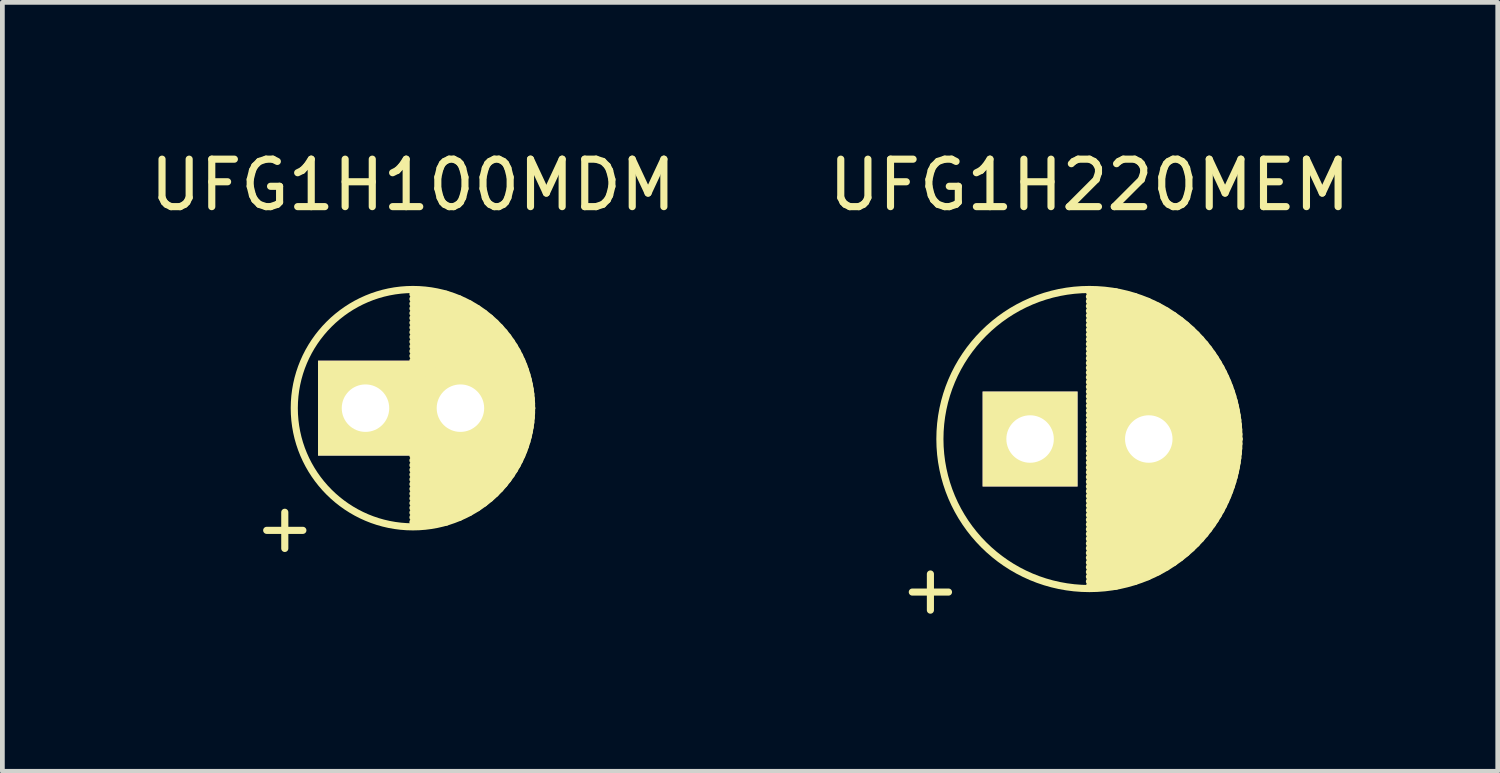
<source format=kicad_pcb>
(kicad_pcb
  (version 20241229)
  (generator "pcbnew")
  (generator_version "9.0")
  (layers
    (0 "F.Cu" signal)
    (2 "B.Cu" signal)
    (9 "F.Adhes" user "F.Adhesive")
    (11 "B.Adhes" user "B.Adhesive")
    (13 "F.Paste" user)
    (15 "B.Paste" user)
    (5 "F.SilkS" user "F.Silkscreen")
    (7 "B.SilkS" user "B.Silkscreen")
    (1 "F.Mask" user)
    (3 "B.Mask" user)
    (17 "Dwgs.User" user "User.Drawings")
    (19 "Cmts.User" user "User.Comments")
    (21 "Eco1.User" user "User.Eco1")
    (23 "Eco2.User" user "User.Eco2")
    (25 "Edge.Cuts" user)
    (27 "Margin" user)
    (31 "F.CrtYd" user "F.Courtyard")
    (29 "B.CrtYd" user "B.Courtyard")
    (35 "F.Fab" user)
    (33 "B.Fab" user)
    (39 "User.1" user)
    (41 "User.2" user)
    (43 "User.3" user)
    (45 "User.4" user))
  (footprint "UFG1H100MDM"
    (layer "F.Cu")
    (at 4.649 5.548)
    (property "Reference" "UFG1H100MDM" (at 1 -4.7 0) (layer "F.SilkS") (effects (font (size 1 1) (thickness 0.15))))
    (attr through_hole)
    (fp_line (start 1 -2.4) (end 1.7 -2.4) (stroke (width 0.15) (type solid)) (layer "F.SilkS"))
    (fp_line (start 1 -2.3) (end 1.98 -2.3) (stroke (width 0.15) (type solid)) (layer "F.SilkS"))
    (fp_line (start 1 -2.2) (end 2.187 -2.2) (stroke (width 0.15) (type solid)) (layer "F.SilkS"))
    (fp_line (start 1 -2.1) (end 2.356 -2.1) (stroke (width 0.15) (type solid)) (layer "F.SilkS"))
    (fp_line (start 1 -2) (end 2.5 -2) (stroke (width 0.15) (type solid)) (layer "F.SilkS"))
    (fp_line (start 1 -1.9) (end 2.625 -1.9) (stroke (width 0.15) (type solid)) (layer "F.SilkS"))
    (fp_line (start 1 -1.8) (end 2.735 -1.8) (stroke (width 0.15) (type solid)) (layer "F.SilkS"))
    (fp_line (start 1 -1.7) (end 2.833 -1.7) (stroke (width 0.15) (type solid)) (layer "F.SilkS"))
    (fp_line (start 1 -1.6) (end 2.921 -1.6) (stroke (width 0.15) (type solid)) (layer "F.SilkS"))
    (fp_line (start 1 -1.5) (end 3 -1.5) (stroke (width 0.15) (type solid)) (layer "F.SilkS"))
    (fp_line (start 1 -1.4) (end 3.071 -1.4) (stroke (width 0.15) (type solid)) (layer "F.SilkS"))
    (fp_line (start 1 -1.3) (end 3.135 -1.3) (stroke (width 0.15) (type solid)) (layer "F.SilkS"))
    (fp_line (start 1 -1.2) (end 3.193 -1.2) (stroke (width 0.15) (type solid)) (layer "F.SilkS"))
    (fp_line (start 1 -1.1) (end 3.245 -1.1) (stroke (width 0.15) (type solid)) (layer "F.SilkS"))
    (fp_line (start 1 -1) (end 3.291 -1) (stroke (width 0.15) (type solid)) (layer "F.SilkS"))
    (fp_line (start 1 -0.9) (end 3.332 -0.9) (stroke (width 0.15) (type solid)) (layer "F.SilkS"))
    (fp_line (start 1 -0.8) (end 3.369 -0.8) (stroke (width 0.15) (type solid)) (layer "F.SilkS"))
    (fp_line (start 1 -0.7) (end 3.4 -0.7) (stroke (width 0.15) (type solid)) (layer "F.SilkS"))
    (fp_line (start 1 -0.6) (end 3.427 -0.6) (stroke (width 0.15) (type solid)) (layer "F.SilkS"))
    (fp_line (start 1 -0.5) (end 3.449 -0.5) (stroke (width 0.15) (type solid)) (layer "F.SilkS"))
    (fp_line (start 1 -0.4) (end 3.468 -0.4) (stroke (width 0.15) (type solid)) (layer "F.SilkS"))
    (fp_line (start 1 -0.3) (end 3.482 -0.3) (stroke (width 0.15) (type solid)) (layer "F.SilkS"))
    (fp_line (start 1 -0.2) (end 3.492 -0.2) (stroke (width 0.15) (type solid)) (layer "F.SilkS"))
    (fp_line (start 1 -0.1) (end 3.498 -0.1) (stroke (width 0.15) (type solid)) (layer "F.SilkS"))
    (fp_line (start 1 0) (end 3.5 0) (stroke (width 0.15) (type solid)) (layer "F.SilkS"))
    (fp_line (start 1 0) (end 3.5 0) (stroke (width 0.15) (type solid)) (layer "F.SilkS"))
    (fp_line (start 1 0.1) (end 3.498 0.1) (stroke (width 0.15) (type solid)) (layer "F.SilkS"))
    (fp_line (start 1 0.2) (end 3.492 0.2) (stroke (width 0.15) (type solid)) (layer "F.SilkS"))
    (fp_line (start 1 0.3) (end 3.482 0.3) (stroke (width 0.15) (type solid)) (layer "F.SilkS"))
    (fp_line (start 1 0.4) (end 3.468 0.4) (stroke (width 0.15) (type solid)) (layer "F.SilkS"))
    (fp_line (start 1 0.5) (end 3.449 0.5) (stroke (width 0.15) (type solid)) (layer "F.SilkS"))
    (fp_line (start 1 0.6) (end 3.427 0.6) (stroke (width 0.15) (type solid)) (layer "F.SilkS"))
    (fp_line (start 1 0.7) (end 3.4 0.7) (stroke (width 0.15) (type solid)) (layer "F.SilkS"))
    (fp_line (start 1 0.8) (end 3.369 0.8) (stroke (width 0.15) (type solid)) (layer "F.SilkS"))
    (fp_line (start 1 0.9) (end 3.332 0.9) (stroke (width 0.15) (type solid)) (layer "F.SilkS"))
    (fp_line (start 1 1) (end 3.291 1) (stroke (width 0.15) (type solid)) (layer "F.SilkS"))
    (fp_line (start 1 1.1) (end 3.245 1.1) (stroke (width 0.15) (type solid)) (layer "F.SilkS"))
    (fp_line (start 1 1.2) (end 3.193 1.2) (stroke (width 0.15) (type solid)) (layer "F.SilkS"))
    (fp_line (start 1 1.3) (end 3.135 1.3) (stroke (width 0.15) (type solid)) (layer "F.SilkS"))
    (fp_line (start 1 1.4) (end 3.071 1.4) (stroke (width 0.15) (type solid)) (layer "F.SilkS"))
    (fp_line (start 1 1.5) (end 3 1.5) (stroke (width 0.15) (type solid)) (layer "F.SilkS"))
    (fp_line (start 1 1.6) (end 2.921 1.6) (stroke (width 0.15) (type solid)) (layer "F.SilkS"))
    (fp_line (start 1 1.7) (end 2.833 1.7) (stroke (width 0.15) (type solid)) (layer "F.SilkS"))
    (fp_line (start 1 1.8) (end 2.735 1.8) (stroke (width 0.15) (type solid)) (layer "F.SilkS"))
    (fp_line (start 1 1.9) (end 2.625 1.9) (stroke (width 0.15) (type solid)) (layer "F.SilkS"))
    (fp_line (start 1 2) (end 2.5 2) (stroke (width 0.15) (type solid)) (layer "F.SilkS"))
    (fp_line (start 1 2.1) (end 2.356 2.1) (stroke (width 0.15) (type solid)) (layer "F.SilkS"))
    (fp_line (start 1 2.2) (end 2.187 2.2) (stroke (width 0.15) (type solid)) (layer "F.SilkS"))
    (fp_line (start 1 2.3) (end 1.98 2.3) (stroke (width 0.15) (type solid)) (layer "F.SilkS"))
    (fp_line (start 1 2.4) (end 1.7 2.4) (stroke (width 0.15) (type solid)) (layer "F.SilkS"))
    (fp_circle (center 1 0) (end 1 -2.5) (stroke (width 0.15) (type solid)) (fill no) (layer "F.SilkS"))
    (fp_text user "+" (at -1.7 2.5 0) (layer "F.SilkS") (effects (font (size 1 1) (thickness 0.15))))
    (pad "1" thru_hole rect (at 0 0) (size 2 2) (drill 1) (layers "*.Cu" "*.Mask" "F.SilkS"))
    (pad "2" thru_hole circle (at 2 0) (size 2 2) (drill 1) (layers "*.Cu" "*.Mask" "F.SilkS")))
  (footprint "UFG1H220MEM"
    (layer "F.Cu")
    (at 18.649 6.198)
    (property "Reference" "UFG1H220MEM" (at 1.25 -5.35 0) (layer "F.SilkS") (effects (font (size 1 1) (thickness 0.15))))
    (attr through_hole)
    (fp_line (start 1.25 -3.1) (end 1.809 -3.1) (stroke (width 0.15) (type solid)) (layer "F.SilkS"))
    (fp_line (start 1.25 -3) (end 2.21 -3) (stroke (width 0.15) (type solid)) (layer "F.SilkS"))
    (fp_line (start 1.25 -2.9) (end 2.48 -2.9) (stroke (width 0.15) (type solid)) (layer "F.SilkS"))
    (fp_line (start 1.25 -2.8) (end 2.693 -2.8) (stroke (width 0.15) (type solid)) (layer "F.SilkS"))
    (fp_line (start 1.25 -2.7) (end 2.872 -2.7) (stroke (width 0.15) (type solid)) (layer "F.SilkS"))
    (fp_line (start 1.25 -2.6) (end 3.028 -2.6) (stroke (width 0.15) (type solid)) (layer "F.SilkS"))
    (fp_line (start 1.25 -2.5) (end 3.166 -2.5) (stroke (width 0.15) (type solid)) (layer "F.SilkS"))
    (fp_line (start 1.25 -2.4) (end 3.29 -2.4) (stroke (width 0.15) (type solid)) (layer "F.SilkS"))
    (fp_line (start 1.25 -2.3) (end 3.402 -2.3) (stroke (width 0.15) (type solid)) (layer "F.SilkS"))
    (fp_line (start 1.25 -2.2) (end 3.504 -2.2) (stroke (width 0.15) (type solid)) (layer "F.SilkS"))
    (fp_line (start 1.25 -2.1) (end 3.598 -2.1) (stroke (width 0.15) (type solid)) (layer "F.SilkS"))
    (fp_line (start 1.25 -2) (end 3.684 -2) (stroke (width 0.15) (type solid)) (layer "F.SilkS"))
    (fp_line (start 1.25 -1.9) (end 3.762 -1.9) (stroke (width 0.15) (type solid)) (layer "F.SilkS"))
    (fp_line (start 1.25 -1.8) (end 3.835 -1.8) (stroke (width 0.15) (type solid)) (layer "F.SilkS"))
    (fp_line (start 1.25 -1.7) (end 3.902 -1.7) (stroke (width 0.15) (type solid)) (layer "F.SilkS"))
    (fp_line (start 1.25 -1.6) (end 3.963 -1.6) (stroke (width 0.15) (type solid)) (layer "F.SilkS"))
    (fp_line (start 1.25 -1.5) (end 4.02 -1.5) (stroke (width 0.15) (type solid)) (layer "F.SilkS"))
    (fp_line (start 1.25 -1.4) (end 4.072 -1.4) (stroke (width 0.15) (type solid)) (layer "F.SilkS"))
    (fp_line (start 1.25 -1.3) (end 4.119 -1.3) (stroke (width 0.15) (type solid)) (layer "F.SilkS"))
    (fp_line (start 1.25 -1.2) (end 4.162 -1.2) (stroke (width 0.15) (type solid)) (layer "F.SilkS"))
    (fp_line (start 1.25 -1.1) (end 4.202 -1.1) (stroke (width 0.15) (type solid)) (layer "F.SilkS"))
    (fp_line (start 1.25 -1) (end 4.237 -1) (stroke (width 0.15) (type solid)) (layer "F.SilkS"))
    (fp_line (start 1.25 -0.9) (end 4.269 -0.9) (stroke (width 0.15) (type solid)) (layer "F.SilkS"))
    (fp_line (start 1.25 -0.8) (end 4.297 -0.8) (stroke (width 0.15) (type solid)) (layer "F.SilkS"))
    (fp_line (start 1.25 -0.7) (end 4.321 -0.7) (stroke (width 0.15) (type solid)) (layer "F.SilkS"))
    (fp_line (start 1.25 -0.6) (end 4.342 -0.6) (stroke (width 0.15) (type solid)) (layer "F.SilkS"))
    (fp_line (start 1.25 -0.5) (end 4.36 -0.5) (stroke (width 0.15) (type solid)) (layer "F.SilkS"))
    (fp_line (start 1.25 -0.4) (end 4.375 -0.4) (stroke (width 0.15) (type solid)) (layer "F.SilkS"))
    (fp_line (start 1.25 -0.3) (end 4.386 -0.3) (stroke (width 0.15) (type solid)) (layer "F.SilkS"))
    (fp_line (start 1.25 -0.2) (end 4.394 -0.2) (stroke (width 0.15) (type solid)) (layer "F.SilkS"))
    (fp_line (start 1.25 -0.1) (end 4.398 -0.1) (stroke (width 0.15) (type solid)) (layer "F.SilkS"))
    (fp_line (start 1.25 0) (end 4.4 0) (stroke (width 0.15) (type solid)) (layer "F.SilkS"))
    (fp_line (start 1.25 0) (end 4.4 0) (stroke (width 0.15) (type solid)) (layer "F.SilkS"))
    (fp_line (start 1.25 0.1) (end 4.398 0.1) (stroke (width 0.15) (type solid)) (layer "F.SilkS"))
    (fp_line (start 1.25 0.2) (end 4.394 0.2) (stroke (width 0.15) (type solid)) (layer "F.SilkS"))
    (fp_line (start 1.25 0.3) (end 4.386 0.3) (stroke (width 0.15) (type solid)) (layer "F.SilkS"))
    (fp_line (start 1.25 0.4) (end 4.375 0.4) (stroke (width 0.15) (type solid)) (layer "F.SilkS"))
    (fp_line (start 1.25 0.5) (end 4.36 0.5) (stroke (width 0.15) (type solid)) (layer "F.SilkS"))
    (fp_line (start 1.25 0.6) (end 4.342 0.6) (stroke (width 0.15) (type solid)) (layer "F.SilkS"))
    (fp_line (start 1.25 0.7) (end 4.321 0.7) (stroke (width 0.15) (type solid)) (layer "F.SilkS"))
    (fp_line (start 1.25 0.8) (end 4.297 0.8) (stroke (width 0.15) (type solid)) (layer "F.SilkS"))
    (fp_line (start 1.25 0.9) (end 4.269 0.9) (stroke (width 0.15) (type solid)) (layer "F.SilkS"))
    (fp_line (start 1.25 1) (end 4.237 1) (stroke (width 0.15) (type solid)) (layer "F.SilkS"))
    (fp_line (start 1.25 1.1) (end 4.202 1.1) (stroke (width 0.15) (type solid)) (layer "F.SilkS"))
    (fp_line (start 1.25 1.2) (end 4.162 1.2) (stroke (width 0.15) (type solid)) (layer "F.SilkS"))
    (fp_line (start 1.25 1.3) (end 4.119 1.3) (stroke (width 0.15) (type solid)) (layer "F.SilkS"))
    (fp_line (start 1.25 1.4) (end 4.072 1.4) (stroke (width 0.15) (type solid)) (layer "F.SilkS"))
    (fp_line (start 1.25 1.5) (end 4.02 1.5) (stroke (width 0.15) (type solid)) (layer "F.SilkS"))
    (fp_line (start 1.25 1.6) (end 3.963 1.6) (stroke (width 0.15) (type solid)) (layer "F.SilkS"))
    (fp_line (start 1.25 1.7) (end 3.902 1.7) (stroke (width 0.15) (type solid)) (layer "F.SilkS"))
    (fp_line (start 1.25 1.8) (end 3.835 1.8) (stroke (width 0.15) (type solid)) (layer "F.SilkS"))
    (fp_line (start 1.25 1.9) (end 3.762 1.9) (stroke (width 0.15) (type solid)) (layer "F.SilkS"))
    (fp_line (start 1.25 2) (end 3.684 2) (stroke (width 0.15) (type solid)) (layer "F.SilkS"))
    (fp_line (start 1.25 2.1) (end 3.598 2.1) (stroke (width 0.15) (type solid)) (layer "F.SilkS"))
    (fp_line (start 1.25 2.2) (end 3.504 2.2) (stroke (width 0.15) (type solid)) (layer "F.SilkS"))
    (fp_line (start 1.25 2.3) (end 3.402 2.3) (stroke (width 0.15) (type solid)) (layer "F.SilkS"))
    (fp_line (start 1.25 2.4) (end 3.29 2.4) (stroke (width 0.15) (type solid)) (layer "F.SilkS"))
    (fp_line (start 1.25 2.5) (end 3.166 2.5) (stroke (width 0.15) (type solid)) (layer "F.SilkS"))
    (fp_line (start 1.25 2.6) (end 3.028 2.6) (stroke (width 0.15) (type solid)) (layer "F.SilkS"))
    (fp_line (start 1.25 2.7) (end 2.872 2.7) (stroke (width 0.15) (type solid)) (layer "F.SilkS"))
    (fp_line (start 1.25 2.8) (end 2.693 2.8) (stroke (width 0.15) (type solid)) (layer "F.SilkS"))
    (fp_line (start 1.25 2.9) (end 2.48 2.9) (stroke (width 0.15) (type solid)) (layer "F.SilkS"))
    (fp_line (start 1.25 3) (end 2.21 3) (stroke (width 0.15) (type solid)) (layer "F.SilkS"))
    (fp_line (start 1.25 3.1) (end 1.809 3.1) (stroke (width 0.15) (type solid)) (layer "F.SilkS"))
    (fp_circle (center 1.25 0) (end 1.25 -3.15) (stroke (width 0.15) (type solid)) (fill no) (layer "F.SilkS"))
    (fp_text user "+" (at -2.1 3.15 0) (layer "F.SilkS") (effects (font (size 1 1) (thickness 0.15))))
    (pad "1" thru_hole rect (at 0 0) (size 2 2) (drill 1) (layers "*.Cu" "*.Mask" "F.SilkS"))
    (pad "2" thru_hole circle (at 2.5 0) (size 2 2) (drill 1) (layers "*.Cu" "*.Mask" "F.SilkS")))
  (gr_rect
    (start -3 -3)
    (end 28.5 13.197)
    (stroke (width 0.1) (type default))
    (fill no)
    (layer "Edge.Cuts")))
</source>
